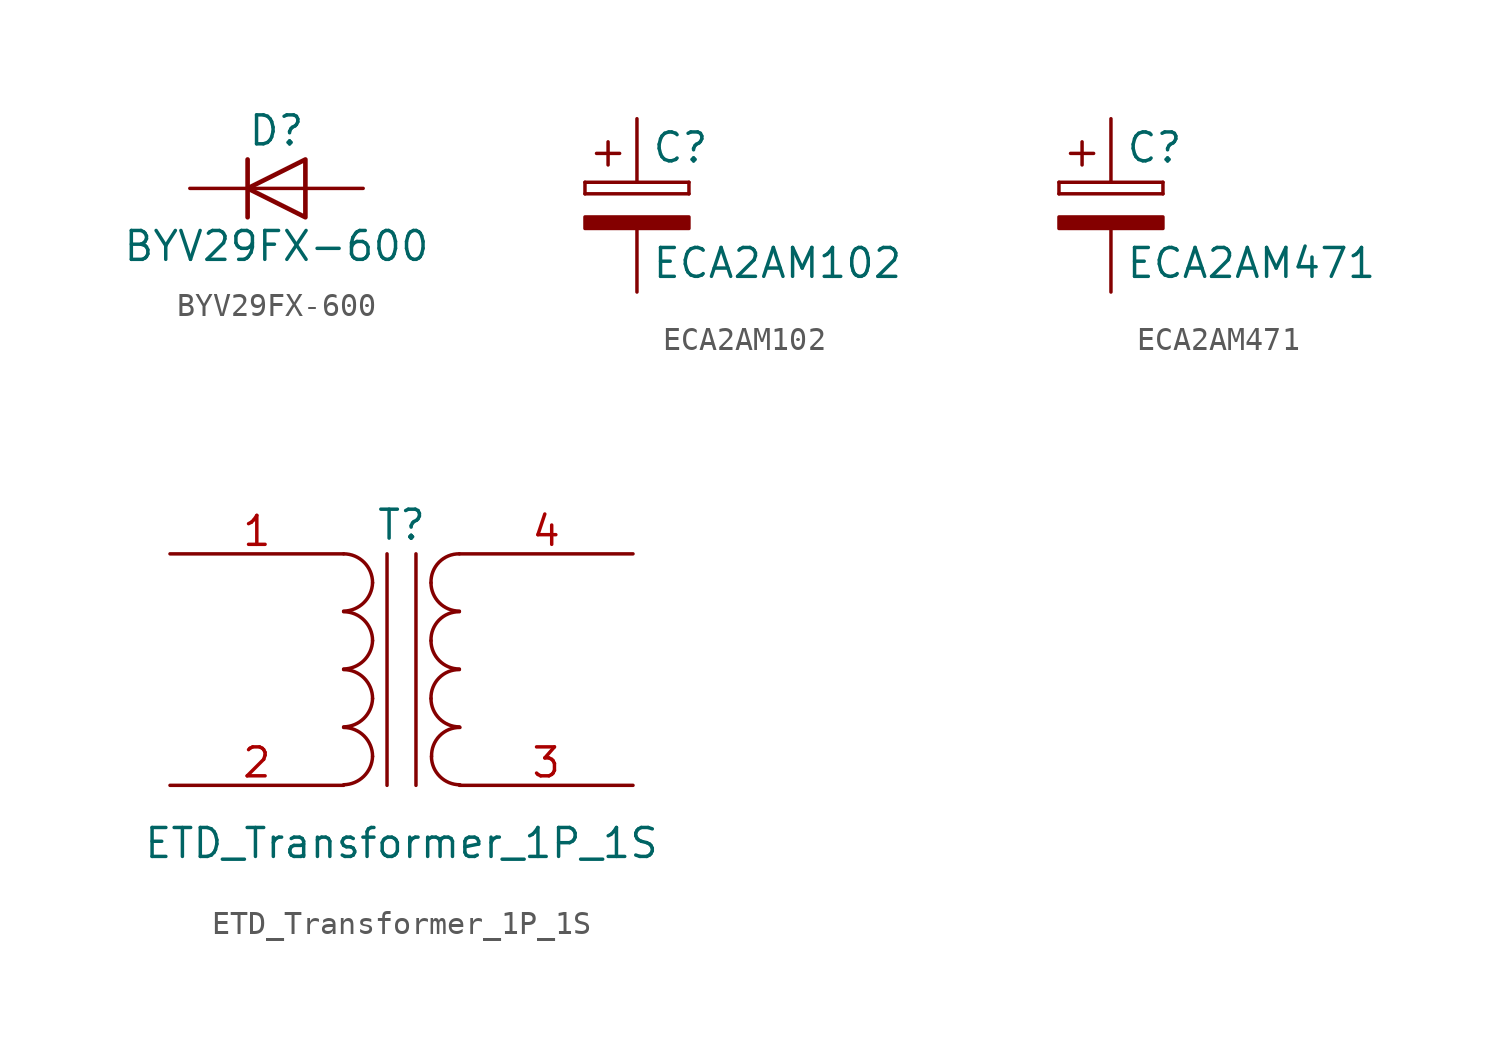
<source format=kicad_sym>
(kicad_symbol_lib
  (version 20211014)
  (generator kicad_symbol_editor)
  (symbol "BYV29FX-600"
    (pin_numbers hide)
    (pin_names
      (offset 1.016) hide)
    (property "Reference" "D"
      (at 0 2.54 0)
      (effects (font (size 1.27 1.27))))
    (property "Value" "BYV29FX-600"
      (at 0 -2.54 0)
      (effects (font (size 1.27 1.27))))
    (symbol "BYV29FX-600_0_1"
      (polyline (pts (xy -1.27 1.27) (xy -1.27 -1.27)) (stroke (width 0.203) (type default) (color 0 0 0 0)) (fill (type none)))
      (polyline (pts (xy 1.27 0) (xy -1.27 0)) (stroke (width 0) (type default) (color 0 0 0 0)) (fill (type none)))
      (polyline (pts (xy 1.27 1.27) (xy 1.27 -1.27) (xy -1.27 0) (xy 1.27 1.27)) (stroke (width 0.203) (type default) (color 0 0 0 0)) (fill (type none))))
    (symbol "BYV29FX-600_1_1"
      (pin passive line (at -3.81 0 0) (length 2.54) (name "K" (effects (font (size 1.27 1.27)))) (number "1" (effects (font (size 1.27 1.27)))))
      (pin passive line (at 3.81 0 180) (length 2.54) (name "A" (effects (font (size 1.27 1.27)))) (number "2" (effects (font (size 1.27 1.27)))))))
  (symbol "ECA2AM102"
    (pin_numbers hide)
    (pin_names
      (offset 0.254))
    (property "Reference" "C"
      (at 0.635 2.54 0)
      (effects (font (size 1.27 1.27)) (justify left)))
    (property "Value" "ECA2AM102"
      (at 0.635 -2.54 0)
      (effects (font (size 1.27 1.27)) (justify left)))
    (symbol "ECA2AM102_0_1"
      (rectangle (start -2.286 0.508) (end -2.286 1.016) (stroke (width 0) (type default) (color 0 0 0 0)) (fill (type none)))
      (rectangle (start -2.286 0.508) (end 2.286 0.508) (stroke (width 0) (type default) (color 0 0 0 0)) (fill (type none)))
      (polyline (pts (xy -1.778 2.286) (xy -0.762 2.286)) (stroke (width 0) (type default) (color 0 0 0 0)) (fill (type none)))
      (polyline (pts (xy -1.27 2.794) (xy -1.27 1.778)) (stroke (width 0) (type default) (color 0 0 0 0)) (fill (type none)))
      (rectangle (start 2.286 -0.508) (end -2.286 -1.016) (stroke (width 0) (type default) (color 0 0 0 0)) (fill (type outline)))
      (rectangle (start 2.286 1.016) (end -2.286 1.016) (stroke (width 0) (type default) (color 0 0 0 0)) (fill (type none)))
      (rectangle (start 2.286 1.016) (end 2.286 0.508) (stroke (width 0) (type default) (color 0 0 0 0)) (fill (type none))))
    (symbol "ECA2AM102_1_1"
      (pin passive line (at 0 3.81 270) (length 2.794) (name "~" (effects (font (size 1.27 1.27)))) (number "1" (effects (font (size 1.27 1.27)))))
      (pin passive line (at 0 -3.81 90) (length 2.794) (name "~" (effects (font (size 1.27 1.27)))) (number "2" (effects (font (size 1.27 1.27)))))))
  (symbol "ECA2AM471"
    (pin_numbers hide)
    (pin_names
      (offset 0.254))
    (property "Reference" "C"
      (at 0.635 2.54 0)
      (effects (font (size 1.27 1.27)) (justify left)))
    (property "Value" "ECA2AM471"
      (at 0.635 -2.54 0)
      (effects (font (size 1.27 1.27)) (justify left)))
    (symbol "ECA2AM471_0_1"
      (rectangle (start -2.286 0.508) (end -2.286 1.016) (stroke (width 0) (type default) (color 0 0 0 0)) (fill (type none)))
      (rectangle (start -2.286 0.508) (end 2.286 0.508) (stroke (width 0) (type default) (color 0 0 0 0)) (fill (type none)))
      (polyline (pts (xy -1.778 2.286) (xy -0.762 2.286)) (stroke (width 0) (type default) (color 0 0 0 0)) (fill (type none)))
      (polyline (pts (xy -1.27 2.794) (xy -1.27 1.778)) (stroke (width 0) (type default) (color 0 0 0 0)) (fill (type none)))
      (rectangle (start 2.286 -0.508) (end -2.286 -1.016) (stroke (width 0) (type default) (color 0 0 0 0)) (fill (type outline)))
      (rectangle (start 2.286 1.016) (end -2.286 1.016) (stroke (width 0) (type default) (color 0 0 0 0)) (fill (type none)))
      (rectangle (start 2.286 1.016) (end 2.286 0.508) (stroke (width 0) (type default) (color 0 0 0 0)) (fill (type none))))
    (symbol "ECA2AM471_1_1"
      (pin passive line (at 0 3.81 270) (length 2.794) (name "~" (effects (font (size 1.27 1.27)))) (number "1" (effects (font (size 1.27 1.27)))))
      (pin passive line (at 0 -3.81 90) (length 2.794) (name "~" (effects (font (size 1.27 1.27)))) (number "2" (effects (font (size 1.27 1.27)))))))
  (symbol "ETD_Transformer_1P_1S"
    (pin_names
      (offset 1.016) hide)
    (property "Reference" "T"
      (at 0 6.35 0)
      (effects (font (size 1.27 1.27))))
    (property "Value" "ETD_Transformer_1P_1S"
      (at 0 -7.62 0)
      (effects (font (size 1.27 1.27))))
    (symbol "ETD_Transformer_1P_1S_0_1"
      (arc (start -2.54 -5.0546) (mid -1.6599 -4.6901) (end -1.27 -3.81) (stroke (width 0) (type default) (color 0 0 0 0)) (fill (type none)))
      (arc (start -2.54 -2.5146) (mid -1.6599 -2.1501) (end -1.27 -1.27) (stroke (width 0) (type default) (color 0 0 0 0)) (fill (type none)))
      (arc (start -2.54 0.0254) (mid -1.6599 0.3899) (end -1.27 1.27) (stroke (width 0) (type default) (color 0 0 0 0)) (fill (type none)))
      (arc (start -2.54 2.5654) (mid -1.6599 2.9299) (end -1.27 3.81) (stroke (width 0) (type default) (color 0 0 0 0)) (fill (type none)))
      (arc (start -1.27 -3.81) (mid -1.642 -2.912) (end -2.54 -2.54) (stroke (width 0) (type default) (color 0 0 0 0)) (fill (type none)))
      (arc (start -1.27 -1.27) (mid -1.642 -0.372) (end -2.54 0) (stroke (width 0) (type default) (color 0 0 0 0)) (fill (type none)))
      (arc (start -1.27 1.27) (mid -1.642 2.168) (end -2.54 2.54) (stroke (width 0) (type default) (color 0 0 0 0)) (fill (type none)))
      (arc (start -1.27 3.81) (mid -1.642 4.708) (end -2.54 5.08) (stroke (width 0) (type default) (color 0 0 0 0)) (fill (type none)))
      (polyline (pts (xy -0.635 5.08) (xy -0.635 -5.08)) (stroke (width 0) (type default) (color 0 0 0 0)) (fill (type none)))
      (polyline (pts (xy 0.635 -5.08) (xy 0.635 5.08)) (stroke (width 0) (type default) (color 0 0 0 0)) (fill (type none)))
      (arc (start 1.2954 -1.27) (mid 1.6599 -2.1501) (end 2.54 -2.5146) (stroke (width 0) (type default) (color 0 0 0 0)) (fill (type none)))
      (arc (start 1.2954 1.27) (mid 1.6599 0.3899) (end 2.54 0.0254) (stroke (width 0) (type default) (color 0 0 0 0)) (fill (type none)))
      (arc (start 1.2954 3.81) (mid 1.6599 2.9299) (end 2.54 2.5654) (stroke (width 0) (type default) (color 0 0 0 0)) (fill (type none)))
      (arc (start 1.3208 -3.81) (mid 1.6853 -4.6901) (end 2.5654 -5.0546) (stroke (width 0) (type default) (color 0 0 0 0)) (fill (type none)))
      (arc (start 2.54 0) (mid 1.642 -0.372) (end 1.2954 -1.27) (stroke (width 0) (type default) (color 0 0 0 0)) (fill (type none)))
      (arc (start 2.54 2.54) (mid 1.642 2.168) (end 1.2954 1.27) (stroke (width 0) (type default) (color 0 0 0 0)) (fill (type none)))
      (arc (start 2.54 5.08) (mid 1.642 4.708) (end 1.2954 3.81) (stroke (width 0) (type default) (color 0 0 0 0)) (fill (type none)))
      (arc (start 2.5654 -2.54) (mid 1.6674 -2.912) (end 1.3208 -3.81) (stroke (width 0) (type default) (color 0 0 0 0)) (fill (type none))))
    (symbol "ETD_Transformer_1P_1S_1_1"
      (pin passive line (at -10.16 5.08 0) (length 7.62) (name "AA" (effects (font (size 1.27 1.27)))) (number "1" (effects (font (size 1.27 1.27)))))
      (pin passive line (at -10.16 -5.08 0) (length 7.62) (name "AB" (effects (font (size 1.27 1.27)))) (number "2" (effects (font (size 1.27 1.27)))))
      (pin passive line (at 10.16 -5.08 180) (length 7.62) (name "SA" (effects (font (size 1.27 1.27)))) (number "3" (effects (font (size 1.27 1.27)))))
      (pin passive line (at 10.16 5.08 180) (length 7.62) (name "SB" (effects (font (size 1.27 1.27)))) (number "4" (effects (font (size 1.27 1.27))))))))
</source>
